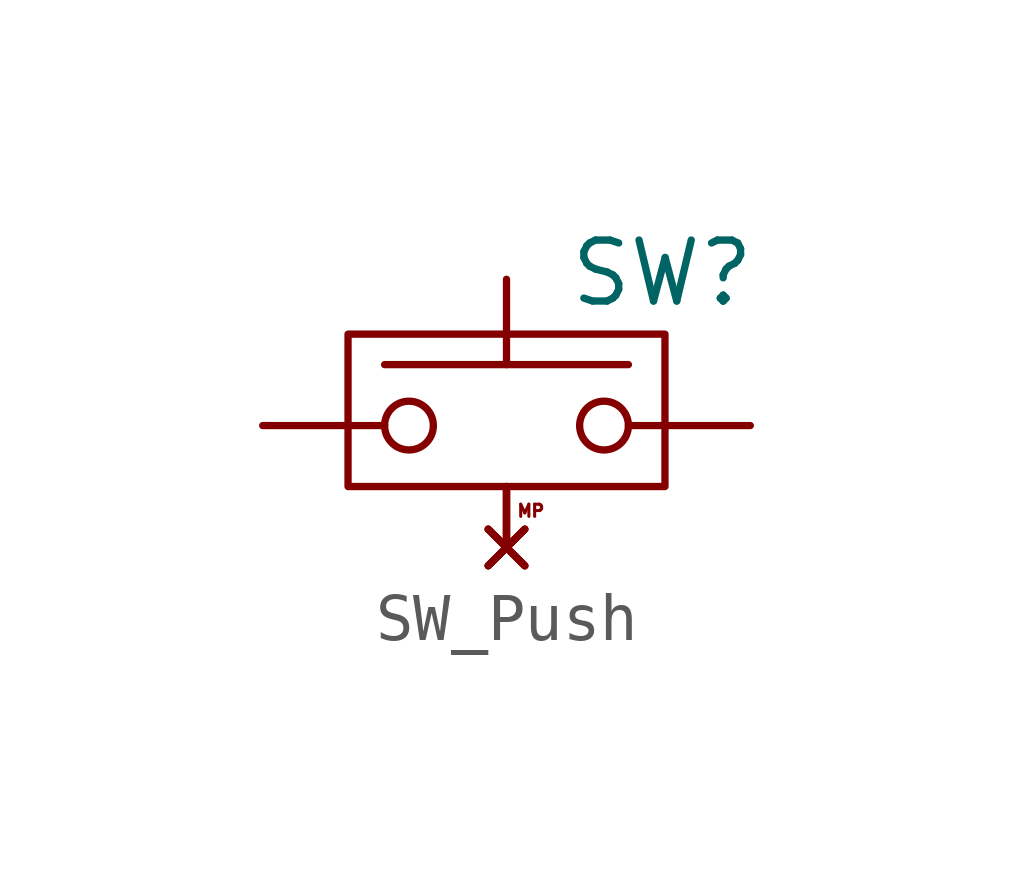
<source format=kicad_sym>
(kicad_symbol_lib
  (version 20241209)
  (generator "kicad_symbol_editor")
  (generator_version "9.0")
  (symbol "SW_Push"
    (pin_numbers
      (hide yes))
    (pin_names
      (offset 1.016)
      (hide yes))
    (property "Reference" "SW"
      (at 1.27 3.175 0)
      (effects (font (size 1.27 1.27)) (justify left)))
    (symbol "SW_Push_0_1"
      (rectangle (start -3.302 1.905) (end 3.302 -1.27) (stroke (width 0) (type default)) (fill (type none)))
      (circle (center -2.032 0) (radius 0.508) (stroke (width 0) (type default)) (fill (type none)))
      (polyline (pts (xy 0 1.27) (xy 0 3.048)) (stroke (width 0) (type default)) (fill (type none)))
      (circle (center 2.032 0) (radius 0.508) (stroke (width 0) (type default)) (fill (type none)))
      (polyline (pts (xy 2.54 1.27) (xy -2.54 1.27)) (stroke (width 0) (type default)) (fill (type none)))
      (pin passive line (at -5.08 0 0) (length 2.54) (name "1" (effects (font (size 1.27 1.27)))) (number "1" (effects (font (size 1.27 1.27)))))
      (pin passive line (at 5.08 0 180) (length 2.54) (name "2" (effects (font (size 1.27 1.27)))) (number "2" (effects (font (size 1.27 1.27))))))
    (symbol "SW_Push_1_1"
      (text "MP" (at 0.508 -1.778 0) (effects (font (size 0.254 0.254))))
      (pin no_connect line (at 0 -2.54 90) (length 1.27) (name "MP" (effects (font (size 1.27 1.27)))) (number "MP" (effects (font (size 1.27 1.27)))))
      (pin no_connect line (at 0 -2.54 90) (length 1.27) (name "MP" (effects (font (size 1.27 1.27)))) (number "MP" (effects (font (size 1.27 1.27)))))
      (pin no_connect line (at 0 -2.54 90) (length 1.27) (name "MP" (effects (font (size 1.27 1.27)))) (number "MP" (effects (font (size 1.27 1.27))))))))
</source>
